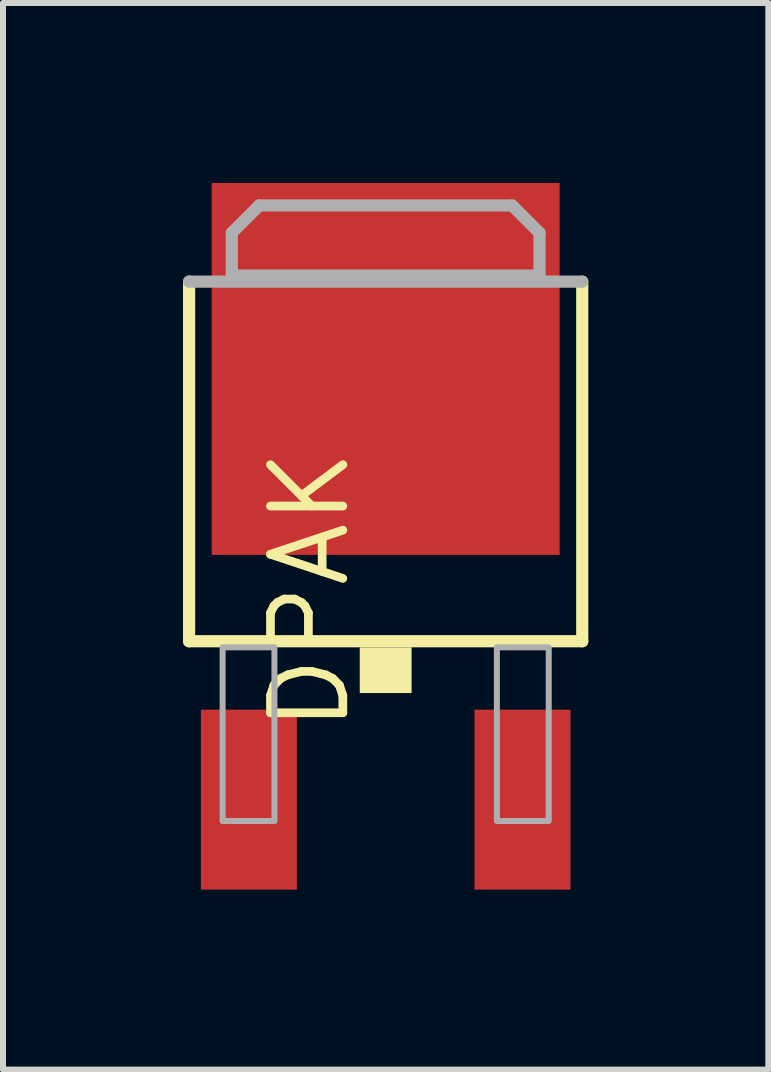
<source format=kicad_pcb>
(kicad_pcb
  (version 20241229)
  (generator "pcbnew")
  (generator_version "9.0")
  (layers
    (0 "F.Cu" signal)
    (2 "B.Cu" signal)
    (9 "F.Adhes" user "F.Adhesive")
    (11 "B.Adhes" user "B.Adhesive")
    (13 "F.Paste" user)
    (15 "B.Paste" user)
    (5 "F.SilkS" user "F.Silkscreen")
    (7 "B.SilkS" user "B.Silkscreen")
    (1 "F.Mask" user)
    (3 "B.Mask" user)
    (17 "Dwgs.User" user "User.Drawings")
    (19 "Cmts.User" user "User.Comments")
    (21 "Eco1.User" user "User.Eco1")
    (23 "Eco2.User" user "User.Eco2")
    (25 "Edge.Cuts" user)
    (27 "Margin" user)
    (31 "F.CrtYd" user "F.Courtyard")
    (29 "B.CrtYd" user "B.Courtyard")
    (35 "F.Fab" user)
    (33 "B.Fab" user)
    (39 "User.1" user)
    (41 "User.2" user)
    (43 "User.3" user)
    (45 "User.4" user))
  (footprint "DPAK"
    (layer "F.Cu")
    (at 3.379 5.48)
    (property "Reference" "DPAK" (at -0.559 3.734 270) (layer "F.SilkS") (effects (font (size 1.206 1.206) (thickness 0.145)) (justify left bottom)))
    (attr through_hole)
    (fp_line (start -3.277 2.159) (end -3.277 -3.835) (stroke (width 0.203) (type solid)) (layer "F.SilkS"))
    (fp_line (start 3.277 -3.835) (end 3.277 2.159) (stroke (width 0.203) (type solid)) (layer "F.SilkS"))
    (fp_line (start 3.277 2.159) (end -3.277 2.159) (stroke (width 0.203) (type solid)) (layer "F.SilkS"))
    (fp_poly (pts (xy -0.432 3.023) (xy 0.432 3.023) (xy 0.432 2.261) (xy -0.432 2.261)) (stroke (width 0) (type solid)) (fill yes) (layer "F.SilkS"))
    (fp_line (start -3.277 -3.835) (end 3.277 -3.835) (stroke (width 0.203) (type solid)) (layer "F.Fab"))
    (fp_line (start -2.565 -4.648) (end -2.108 -5.105) (stroke (width 0.203) (type solid)) (layer "F.Fab"))
    (fp_line (start -2.565 -3.937) (end -2.565 -4.648) (stroke (width 0.203) (type solid)) (layer "F.Fab"))
    (fp_line (start -2.108 -5.105) (end 2.108 -5.105) (stroke (width 0.203) (type solid)) (layer "F.Fab"))
    (fp_line (start 2.108 -5.105) (end 2.565 -4.648) (stroke (width 0.203) (type solid)) (layer "F.Fab"))
    (fp_line (start 2.565 -4.648) (end 2.565 -3.937) (stroke (width 0.203) (type solid)) (layer "F.Fab"))
    (fp_line (start 2.565 -3.937) (end -2.565 -3.937) (stroke (width 0.203) (type solid)) (layer "F.Fab"))
    (fp_poly (pts (xy -2.718 5.156) (xy -1.854 5.156) (xy -1.854 2.261) (xy -2.718 2.261)) (stroke (width 0.1) (type solid)) (fill no) (layer "F.Fab"))
    (fp_poly (pts (xy 1.854 5.156) (xy 2.718 5.156) (xy 2.718 2.261) (xy 1.854 2.261)) (stroke (width 0.1) (type solid)) (fill no) (layer "F.Fab"))
    (fp_poly (pts (xy -2.565 -3.937) (xy -2.565 -4.648) (xy -2.108 -5.105) (xy 2.108 -5.105) (xy 2.565 -4.648) (xy 2.565 -3.937)) (stroke (width 0.1) (type solid)) (fill no) (layer "F.Fab"))
    (pad "1" smd rect (at -2.28 4.8) (size 1.6 3) (layers "F.Cu" "F.Mask" "F.Paste"))
    (pad "3" smd rect (at 2.28 4.8) (size 1.6 3) (layers "F.Cu" "F.Mask" "F.Paste"))
    (pad "4" smd rect (at 0 -2.38) (size 5.8 6.2) (layers "F.Cu" "F.Mask" "F.Paste")))
  (gr_rect
    (start -3 -3)
    (end 9.758 14.78)
    (stroke (width 0.1) (type default))
    (fill no)
    (layer "Edge.Cuts")))
</source>
